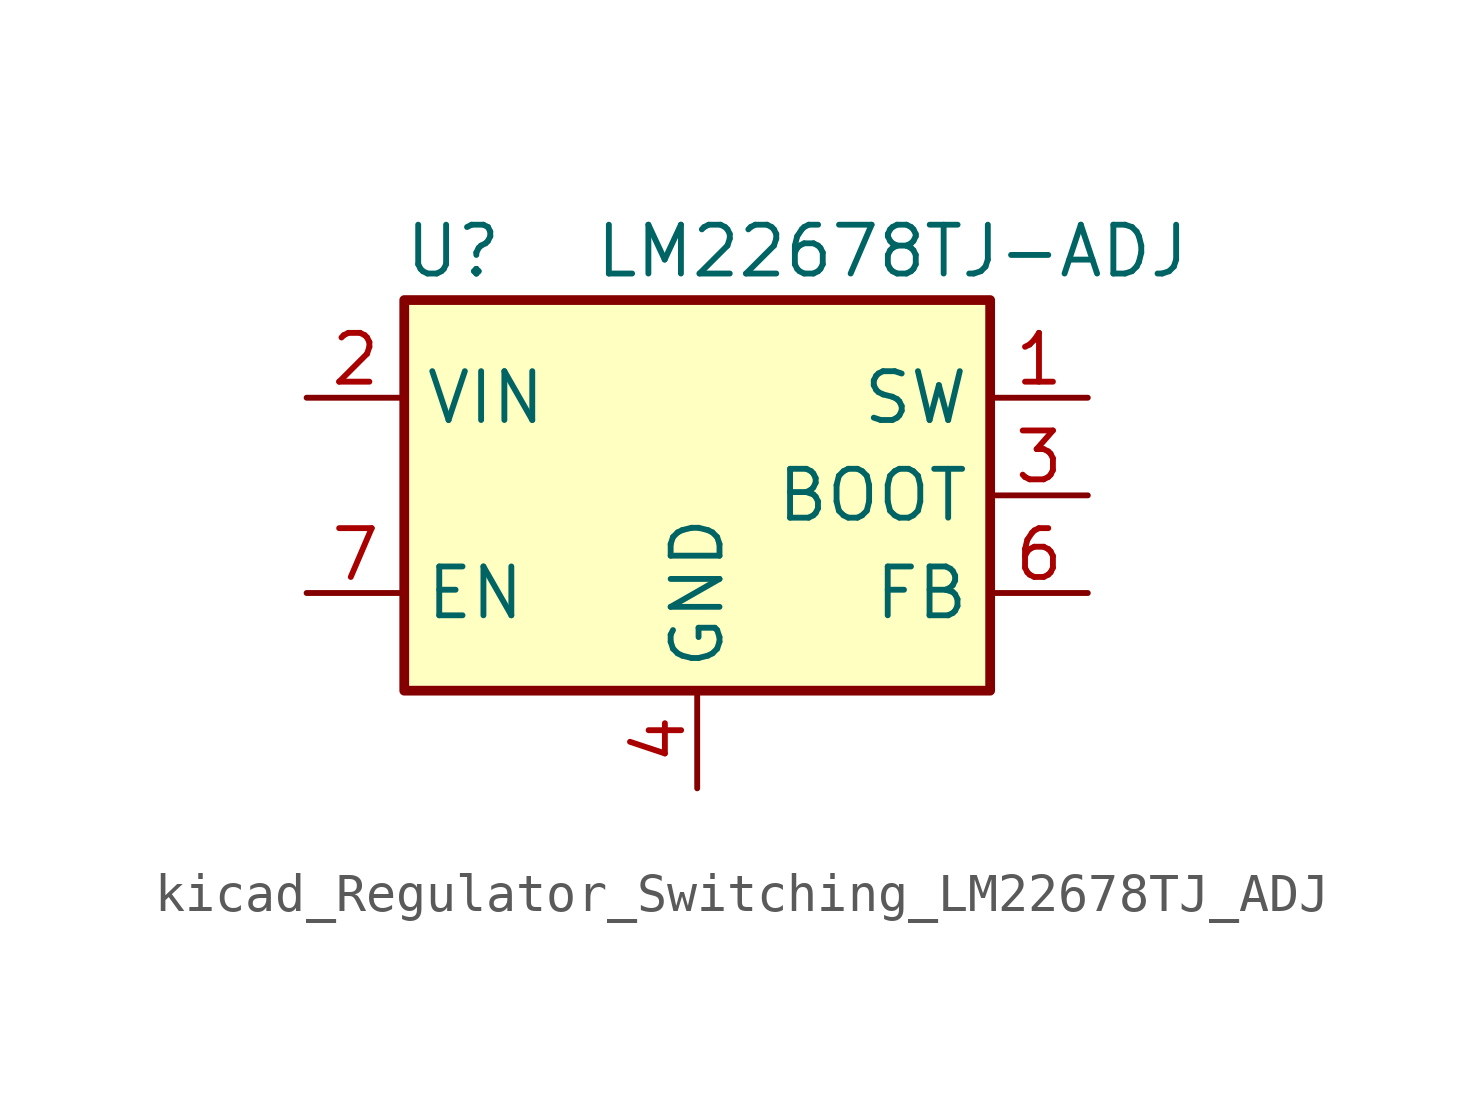
<source format=kicad_sym>
(kicad_symbol_lib
  (version 20220914)
  (generator kicad_symbol_editor)
  (symbol "kicad_Regulator_Switching_LM22678TJ_ADJ"
    (property "Reference" "U"
      (at -6.35 6.35 0)
      (effects (font (size 1.27 1.27))))
    (property "Value" "LM22678TJ-ADJ"
      (at 5.08 6.35 0)
      (effects (font (size 1.27 1.27))))
    (symbol "kicad_Regulator_Switching_LM22678TJ_ADJ_0_1"
      (rectangle (start -7.62 5.08) (end 7.62 -5.08) (stroke (width 0.254) (type default)) (fill (type background))))
    (symbol "kicad_Regulator_Switching_LM22678TJ_ADJ_1_1"
      (pin power_out line (at 10.16 2.54 180) (length 2.54) (name "SW" (effects (font (size 1.27 1.27)))) (number "1" (effects (font (size 1.27 1.27)))))
      (pin power_in line (at -10.16 2.54 0) (length 2.54) (name "VIN" (effects (font (size 1.27 1.27)))) (number "2" (effects (font (size 1.27 1.27)))))
      (pin passive line (at 10.16 0 180) (length 2.54) (name "BOOT" (effects (font (size 1.27 1.27)))) (number "3" (effects (font (size 1.27 1.27)))))
      (pin power_in line (at 0 -7.62 90) (length 2.54) (name "GND" (effects (font (size 1.27 1.27)))) (number "4" (effects (font (size 1.27 1.27)))))
      (pin no_connect line (at -7.62 0 0) (length 2.54) hide (name "NC" (effects (font (size 1.27 1.27)))) (number "5" (effects (font (size 1.27 1.27)))))
      (pin input line (at 10.16 -2.54 180) (length 2.54) (name "FB" (effects (font (size 1.27 1.27)))) (number "6" (effects (font (size 1.27 1.27)))))
      (pin input line (at -10.16 -2.54 0) (length 2.54) (name "EN" (effects (font (size 1.27 1.27)))) (number "7" (effects (font (size 1.27 1.27)))))
      (pin passive line (at 0 -7.62 90) (length 2.54) hide (name "GND" (effects (font (size 1.27 1.27)))) (number "8" (effects (font (size 1.27 1.27))))))))
</source>
